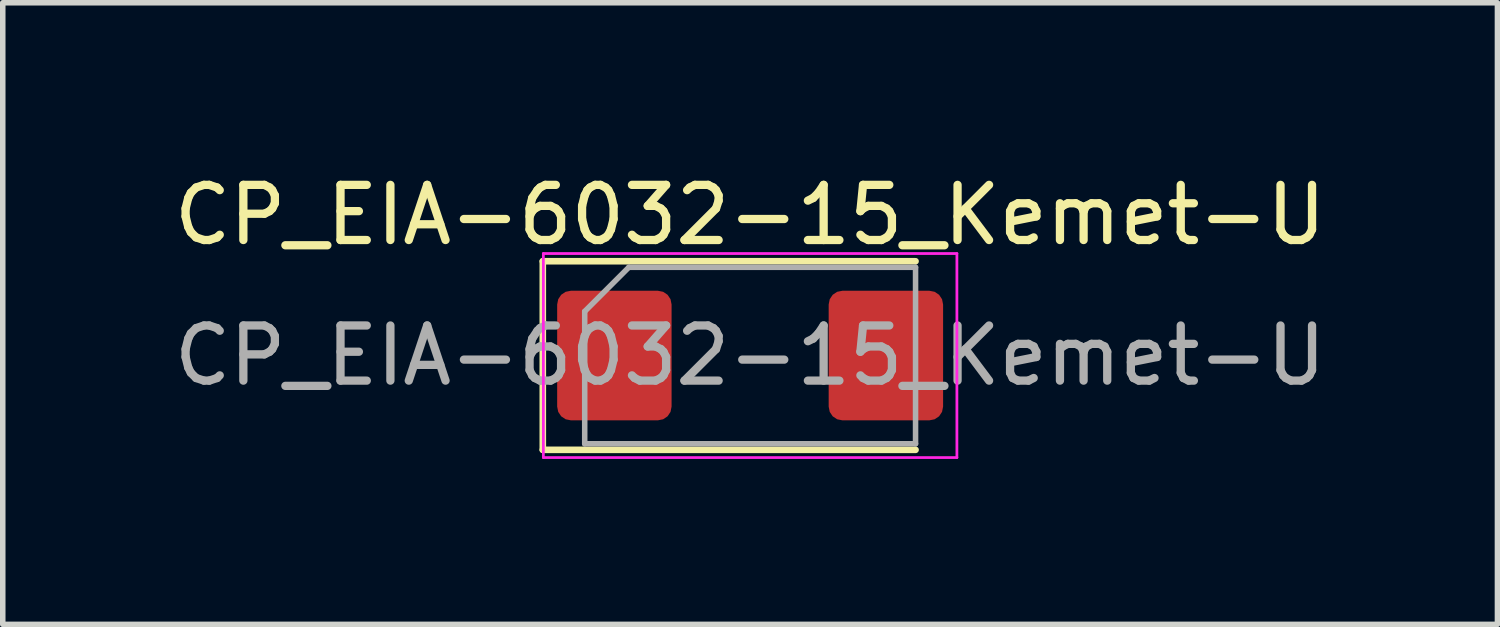
<source format=kicad_pcb>
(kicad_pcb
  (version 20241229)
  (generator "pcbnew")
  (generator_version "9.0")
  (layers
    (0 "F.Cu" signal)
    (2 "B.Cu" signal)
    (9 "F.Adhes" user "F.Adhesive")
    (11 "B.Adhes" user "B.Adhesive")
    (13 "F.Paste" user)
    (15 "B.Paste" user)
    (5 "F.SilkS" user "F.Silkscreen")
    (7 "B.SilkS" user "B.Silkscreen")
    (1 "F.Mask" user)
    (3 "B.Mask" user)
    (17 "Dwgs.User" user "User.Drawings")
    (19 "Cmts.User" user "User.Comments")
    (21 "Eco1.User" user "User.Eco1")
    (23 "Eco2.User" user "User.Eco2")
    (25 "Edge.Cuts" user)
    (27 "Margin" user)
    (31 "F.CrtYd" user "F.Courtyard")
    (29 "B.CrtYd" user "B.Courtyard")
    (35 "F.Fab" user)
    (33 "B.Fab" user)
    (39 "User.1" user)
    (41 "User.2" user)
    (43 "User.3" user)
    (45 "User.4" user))
  (footprint "CP_EIA-6032-15_Kemet-U"
    (layer "F.Cu")
    (at 10.554 3.398)
    (property "Reference" "CP_EIA-6032-15_Kemet-U" (at 0 -2.55 0) (layer "F.SilkS") (effects (font (size 1 1) (thickness 0.15))))
    (attr smd)
    (fp_line (start -3.76 -1.71) (end -3.76 1.71) (stroke (width 0.12) (type solid)) (layer "F.SilkS"))
    (fp_line (start -3.76 1.71) (end 3 1.71) (stroke (width 0.12) (type solid)) (layer "F.SilkS"))
    (fp_line (start 3 -1.71) (end -3.76 -1.71) (stroke (width 0.12) (type solid)) (layer "F.SilkS"))
    (fp_line (start -3.75 -1.85) (end 3.75 -1.85) (stroke (width 0.05) (type solid)) (layer "F.CrtYd"))
    (fp_line (start -3.75 1.85) (end -3.75 -1.85) (stroke (width 0.05) (type solid)) (layer "F.CrtYd"))
    (fp_line (start 3.75 -1.85) (end 3.75 1.85) (stroke (width 0.05) (type solid)) (layer "F.CrtYd"))
    (fp_line (start 3.75 1.85) (end -3.75 1.85) (stroke (width 0.05) (type solid)) (layer "F.CrtYd"))
    (fp_line (start -3 -0.8) (end -3 1.6) (stroke (width 0.1) (type solid)) (layer "F.Fab"))
    (fp_line (start -3 1.6) (end 3 1.6) (stroke (width 0.1) (type solid)) (layer "F.Fab"))
    (fp_line (start -2.2 -1.6) (end -3 -0.8) (stroke (width 0.1) (type solid)) (layer "F.Fab"))
    (fp_line (start 3 -1.6) (end -2.2 -1.6) (stroke (width 0.1) (type solid)) (layer "F.Fab"))
    (fp_line (start 3 1.6) (end 3 -1.6) (stroke (width 0.1) (type solid)) (layer "F.Fab"))
    (fp_text user "${REFERENCE}" (at 0 0 0) (layer "F.Fab") (effects (font (size 1 1) (thickness 0.15))))
    (pad "1" smd roundrect (at -2.462 0) (size 2.075 2.35) (layers "F.Cu" "F.Mask" "F.Paste") (roundrect_rratio 0.12))
    (pad "2" smd roundrect (at 2.462 0) (size 2.075 2.35) (layers "F.Cu" "F.Mask" "F.Paste") (roundrect_rratio 0.12)))
  (gr_rect
    (start -3 -3)
    (end 24.107 8.273)
    (stroke (width 0.1) (type default))
    (fill no)
    (layer "Edge.Cuts")))
</source>
